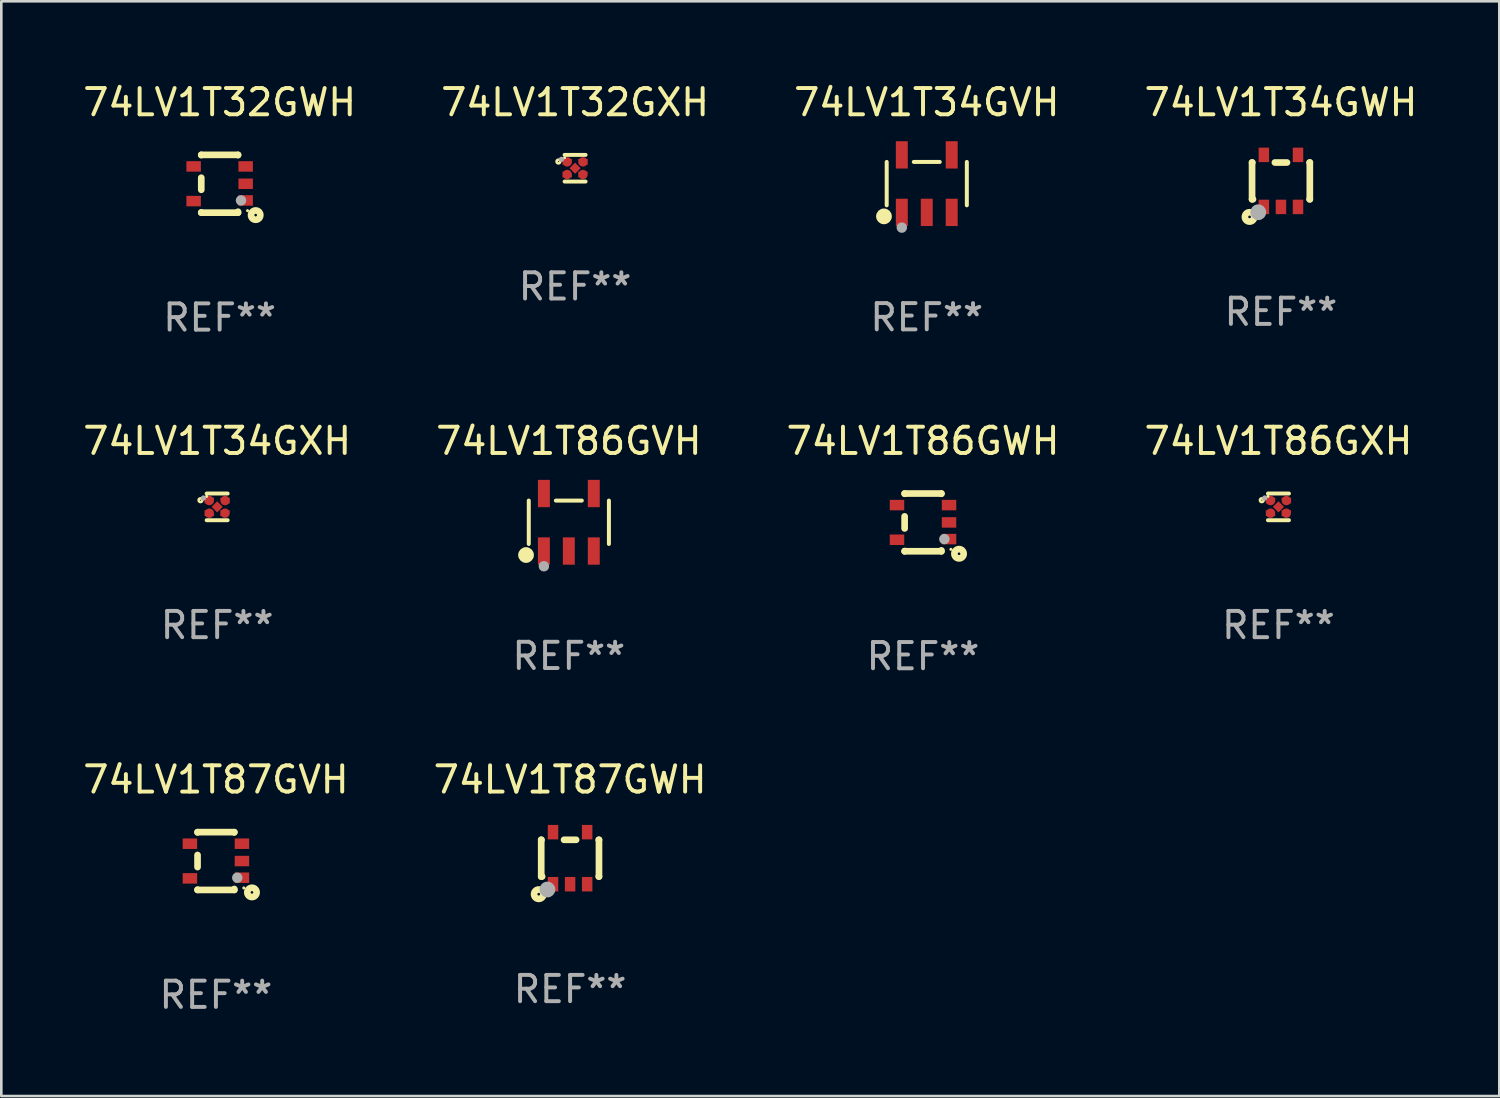
<source format=kicad_pcb>
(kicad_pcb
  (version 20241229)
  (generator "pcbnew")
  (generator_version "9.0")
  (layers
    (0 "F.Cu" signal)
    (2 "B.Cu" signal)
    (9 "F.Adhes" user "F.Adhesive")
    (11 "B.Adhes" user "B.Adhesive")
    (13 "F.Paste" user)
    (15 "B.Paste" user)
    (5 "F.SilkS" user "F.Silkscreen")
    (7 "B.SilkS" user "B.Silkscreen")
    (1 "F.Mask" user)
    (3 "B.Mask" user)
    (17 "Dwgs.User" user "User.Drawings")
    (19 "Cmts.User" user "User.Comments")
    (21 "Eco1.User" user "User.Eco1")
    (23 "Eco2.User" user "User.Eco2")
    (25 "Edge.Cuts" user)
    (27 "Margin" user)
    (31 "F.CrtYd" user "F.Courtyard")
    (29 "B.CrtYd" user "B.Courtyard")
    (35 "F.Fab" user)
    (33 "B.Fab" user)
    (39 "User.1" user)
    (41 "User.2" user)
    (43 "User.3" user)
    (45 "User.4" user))
  (footprint "74LV1T34GVH"
    (layer "F.Cu")
    (at 32.244 3.943)
    (property "Reference" "74LV1T34GVH" (at 0 -3.095 0) (layer "F.SilkS") (effects (font (size 1 1) (thickness 0.15))))
    (attr through_hole)
    (fp_line (start -1.526 0.826) (end -1.526 -0.826) (stroke (width 0.152) (type solid)) (layer "F.SilkS"))
    (fp_line (start 0.494 -0.826) (end -0.494 -0.826) (stroke (width 0.152) (type solid)) (layer "F.SilkS"))
    (fp_line (start 1.526 0.826) (end 1.526 -0.826) (stroke (width 0.152) (type solid)) (layer "F.SilkS"))
    (fp_circle (center -1.63 1.247) (end -1.48 1.247) (stroke (width 0.3) (type solid)) (fill no) (layer "F.SilkS"))
    (fp_circle (center -1.45 1.375) (end -1.42 1.375) (stroke (width 0.06) (type solid)) (fill no) (layer "F.SilkS"))
    (fp_circle (center -0.95 1.675) (end -0.85 1.675) (stroke (width 0.2) (type solid)) (fill no) (layer "F.Fab"))
    (fp_text user "REF**" (at 0 5.095 0) (layer "F.Fab") (effects (font (size 1 1) (thickness 0.15))))
    (pad "1" smd rect (at -0.95 1.095) (size 0.455 1.04) (layers "F.Cu" "F.Mask" "F.Paste"))
    (pad "2" smd rect (at 0 1.095) (size 0.455 1.04) (layers "F.Cu" "F.Mask" "F.Paste"))
    (pad "3" smd rect (at 0.95 1.095) (size 0.455 1.04) (layers "F.Cu" "F.Mask" "F.Paste"))
    (pad "4" smd rect (at 0.95 -1.095) (size 0.455 1.04) (layers "F.Cu" "F.Mask" "F.Paste"))
    (pad "5" smd rect (at -0.95 -1.095) (size 0.455 1.04) (layers "F.Cu" "F.Mask" "F.Paste")))
  (footprint "74LV1T87GWH"
    (layer "F.Cu")
    (at 18.661 29.632)
    (property "Reference" "74LV1T87GWH" (at 0 -2.991 0) (layer "F.SilkS") (effects (font (size 1 1) (thickness 0.15))))
    (attr through_hole)
    (fp_line (start -1.1 -0.7) (end -1.1 0.7) (stroke (width 0.254) (type solid)) (layer "F.SilkS"))
    (fp_line (start -1.1 -0.7) (end -1.09 -0.7) (stroke (width 0.254) (type solid)) (layer "F.SilkS"))
    (fp_line (start -1.1 0.7) (end -1.065 0.7) (stroke (width 0.254) (type solid)) (layer "F.SilkS"))
    (fp_line (start -0.23 -0.7) (end 0.23 -0.7) (stroke (width 0.254) (type solid)) (layer "F.SilkS"))
    (fp_line (start 1.09 -0.7) (end 1.1 -0.7) (stroke (width 0.254) (type solid)) (layer "F.SilkS"))
    (fp_line (start 1.09 0.7) (end 1.1 0.7) (stroke (width 0.254) (type solid)) (layer "F.SilkS"))
    (fp_line (start 1.1 -0.7) (end 1.1 0.7) (stroke (width 0.254) (type solid)) (layer "F.SilkS"))
    (fp_circle (center -1.194 1.372) (end -1.143 1.372) (stroke (width 0.254) (type solid)) (fill no) (layer "F.SilkS"))
    (fp_circle (center -1.05 1.063) (end -1.02 1.063) (stroke (width 0.06) (type solid)) (fill no) (layer "F.SilkS"))
    (fp_circle (center -0.864 1.194) (end -0.713 1.194) (stroke (width 0.3) (type solid)) (fill no) (layer "F.Fab"))
    (fp_text user "REF**" (at 0 4.991 0) (layer "F.Fab") (effects (font (size 1 1) (thickness 0.15))))
    (pad "1" smd rect (at -0.65 0.991 180) (size 0.399 0.551) (layers "F.Cu" "F.Mask" "F.Paste"))
    (pad "2" smd rect (at 0 0.991 180) (size 0.399 0.551) (layers "F.Cu" "F.Mask" "F.Paste"))
    (pad "3" smd rect (at 0.65 0.991 180) (size 0.399 0.551) (layers "F.Cu" "F.Mask" "F.Paste"))
    (pad "4" smd rect (at 0.65 -0.991 180) (size 0.399 0.551) (layers "F.Cu" "F.Mask" "F.Paste"))
    (pad "5" smd rect (at -0.65 -0.991 180) (size 0.399 0.551) (layers "F.Cu" "F.Mask" "F.Paste")))
  (footprint "74LV1T86GXH"
    (layer "F.Cu")
    (at 45.637 16.253)
    (property "Reference" "74LV1T86GXH" (at 0 -2.508 0) (layer "F.SilkS") (effects (font (size 1 1) (thickness 0.15))))
    (attr through_hole)
    (fp_line (start 0.4 -0.508) (end -0.4 -0.508) (stroke (width 0.15) (type solid)) (layer "F.SilkS"))
    (fp_line (start 0.4 0.508) (end -0.4 0.508) (stroke (width 0.15) (type solid)) (layer "F.SilkS"))
    (fp_circle (center -0.635 -0.254) (end -0.615 -0.254) (stroke (width 0.1) (type solid)) (fill no) (layer "F.SilkS"))
    (fp_circle (center -0.401 -0.4) (end -0.371 -0.4) (stroke (width 0.06) (type solid)) (fill no) (layer "F.SilkS"))
    (fp_circle (center -0.523 -0.337) (end -0.473 -0.337) (stroke (width 0.1) (type solid)) (fill no) (layer "F.Fab"))
    (fp_text user "REF**" (at 0 4.508 0) (layer "F.Fab") (effects (font (size 1 1) (thickness 0.15))))
    (pad "1" smd custom (at -0.3 -0.24) (size 0.36 0.22) (layers "F.Cu" "F.Mask" "F.Paste") (options (anchor circle)) (primitives (gr_poly (pts (xy -0.18 -0.11) (xy -0.18 0.11) (xy 0.000127 0.11) (xy 0.18 -0.03) (xy 0.18 -0.11) (xy -0.18 -0.11)) (width 0) (fill yes))))
    (pad "2" smd custom (at -0.3 0.24) (size 0.36 0.22) (layers "F.Cu" "F.Mask" "F.Paste") (options (anchor circle)) (primitives (gr_poly (pts (xy -0.18 0.11) (xy -0.18 -0.11) (xy 0.000127 -0.11) (xy 0.18 0.03) (xy 0.18 0.11) (xy -0.18 0.11)) (width 0) (fill yes))))
    (pad "3" smd rect (at 0.000102 -0.000127 45) (size 0.3 0.3) (layers "F.Cu" "F.Mask" "F.Paste"))
    (pad "4" smd custom (at 0.3 0.24 180) (size 0.36 0.22) (layers "F.Cu" "F.Mask" "F.Paste") (options (anchor circle)) (primitives (gr_poly (pts (xy 0.18 0.11) (xy 0.18 -0.11) (xy -0.000178 -0.11) (xy -0.18 0.03) (xy -0.18 0.11) (xy 0.18 0.11)) (width 0) (fill yes))))
    (pad "5" smd custom (at 0.3 -0.24) (size 0.36 0.22) (layers "F.Cu" "F.Mask" "F.Paste") (options (anchor circle)) (primitives (gr_poly (pts (xy 0.18 -0.11) (xy 0.18 0.11) (xy -0.000152 0.11) (xy -0.18 -0.03) (xy -0.18 -0.11) (xy 0.18 -0.11)) (width 0) (fill yes)))))
  (footprint "74LV1T32GXH"
    (layer "F.Cu")
    (at 18.851 3.356)
    (property "Reference" "74LV1T32GXH" (at 0 -2.508 0) (layer "F.SilkS") (effects (font (size 1 1) (thickness 0.15))))
    (attr through_hole)
    (fp_line (start 0.4 -0.508) (end -0.4 -0.508) (stroke (width 0.15) (type solid)) (layer "F.SilkS"))
    (fp_line (start 0.4 0.508) (end -0.4 0.508) (stroke (width 0.15) (type solid)) (layer "F.SilkS"))
    (fp_circle (center -0.635 -0.254) (end -0.615 -0.254) (stroke (width 0.1) (type solid)) (fill no) (layer "F.SilkS"))
    (fp_circle (center -0.401 -0.4) (end -0.371 -0.4) (stroke (width 0.06) (type solid)) (fill no) (layer "F.SilkS"))
    (fp_circle (center -0.523 -0.337) (end -0.473 -0.337) (stroke (width 0.1) (type solid)) (fill no) (layer "F.Fab"))
    (fp_text user "REF**" (at 0 4.508 0) (layer "F.Fab") (effects (font (size 1 1) (thickness 0.15))))
    (pad "1" smd custom (at -0.3 -0.24) (size 0.36 0.22) (layers "F.Cu" "F.Mask" "F.Paste") (options (anchor circle)) (primitives (gr_poly (pts (xy -0.18 -0.11) (xy -0.18 0.11) (xy 0.000127 0.11) (xy 0.18 -0.03) (xy 0.18 -0.11) (xy -0.18 -0.11)) (width 0) (fill yes))))
    (pad "2" smd custom (at -0.3 0.24) (size 0.36 0.22) (layers "F.Cu" "F.Mask" "F.Paste") (options (anchor circle)) (primitives (gr_poly (pts (xy -0.18 0.11) (xy -0.18 -0.11) (xy 0.000127 -0.11) (xy 0.18 0.03) (xy 0.18 0.11) (xy -0.18 0.11)) (width 0) (fill yes))))
    (pad "3" smd rect (at 0.000102 -0.000127 45) (size 0.3 0.3) (layers "F.Cu" "F.Mask" "F.Paste"))
    (pad "4" smd custom (at 0.3 0.24 180) (size 0.36 0.22) (layers "F.Cu" "F.Mask" "F.Paste") (options (anchor circle)) (primitives (gr_poly (pts (xy 0.18 0.11) (xy 0.18 -0.11) (xy -0.000178 -0.11) (xy -0.18 0.03) (xy -0.18 0.11) (xy 0.18 0.11)) (width 0) (fill yes))))
    (pad "5" smd custom (at 0.3 -0.24) (size 0.36 0.22) (layers "F.Cu" "F.Mask" "F.Paste") (options (anchor circle)) (primitives (gr_poly (pts (xy 0.18 -0.11) (xy 0.18 0.11) (xy -0.000152 0.11) (xy -0.18 -0.03) (xy -0.18 -0.11) (xy 0.18 -0.11)) (width 0) (fill yes)))))
  (footprint "74LV1T86GVH"
    (layer "F.Cu")
    (at 18.613 16.84)
    (property "Reference" "74LV1T86GVH" (at 0 -3.095 0) (layer "F.SilkS") (effects (font (size 1 1) (thickness 0.15))))
    (attr through_hole)
    (fp_line (start -1.526 0.826) (end -1.526 -0.826) (stroke (width 0.152) (type solid)) (layer "F.SilkS"))
    (fp_line (start 0.494 -0.826) (end -0.494 -0.826) (stroke (width 0.152) (type solid)) (layer "F.SilkS"))
    (fp_line (start 1.526 0.826) (end 1.526 -0.826) (stroke (width 0.152) (type solid)) (layer "F.SilkS"))
    (fp_circle (center -1.63 1.247) (end -1.48 1.247) (stroke (width 0.3) (type solid)) (fill no) (layer "F.SilkS"))
    (fp_circle (center -1.45 1.375) (end -1.42 1.375) (stroke (width 0.06) (type solid)) (fill no) (layer "F.SilkS"))
    (fp_circle (center -0.95 1.675) (end -0.85 1.675) (stroke (width 0.2) (type solid)) (fill no) (layer "F.Fab"))
    (fp_text user "REF**" (at 0 5.095 0) (layer "F.Fab") (effects (font (size 1 1) (thickness 0.15))))
    (pad "1" smd rect (at -0.95 1.095) (size 0.455 1.04) (layers "F.Cu" "F.Mask" "F.Paste"))
    (pad "2" smd rect (at 0 1.095) (size 0.455 1.04) (layers "F.Cu" "F.Mask" "F.Paste"))
    (pad "3" smd rect (at 0.95 1.095) (size 0.455 1.04) (layers "F.Cu" "F.Mask" "F.Paste"))
    (pad "4" smd rect (at 0.95 -1.095) (size 0.455 1.04) (layers "F.Cu" "F.Mask" "F.Paste"))
    (pad "5" smd rect (at -0.95 -1.095) (size 0.455 1.04) (layers "F.Cu" "F.Mask" "F.Paste")))
  (footprint "74LV1T34GWH"
    (layer "F.Cu")
    (at 45.732 3.839)
    (property "Reference" "74LV1T34GWH" (at 0 -2.991 0) (layer "F.SilkS") (effects (font (size 1 1) (thickness 0.15))))
    (attr through_hole)
    (fp_line (start -1.1 -0.7) (end -1.1 0.7) (stroke (width 0.254) (type solid)) (layer "F.SilkS"))
    (fp_line (start -1.1 -0.7) (end -1.09 -0.7) (stroke (width 0.254) (type solid)) (layer "F.SilkS"))
    (fp_line (start -1.1 0.7) (end -1.065 0.7) (stroke (width 0.254) (type solid)) (layer "F.SilkS"))
    (fp_line (start -0.23 -0.7) (end 0.23 -0.7) (stroke (width 0.254) (type solid)) (layer "F.SilkS"))
    (fp_line (start 1.09 -0.7) (end 1.1 -0.7) (stroke (width 0.254) (type solid)) (layer "F.SilkS"))
    (fp_line (start 1.09 0.7) (end 1.1 0.7) (stroke (width 0.254) (type solid)) (layer "F.SilkS"))
    (fp_line (start 1.1 -0.7) (end 1.1 0.7) (stroke (width 0.254) (type solid)) (layer "F.SilkS"))
    (fp_circle (center -1.194 1.372) (end -1.143 1.372) (stroke (width 0.254) (type solid)) (fill no) (layer "F.SilkS"))
    (fp_circle (center -1.05 1.063) (end -1.02 1.063) (stroke (width 0.06) (type solid)) (fill no) (layer "F.SilkS"))
    (fp_circle (center -0.864 1.194) (end -0.713 1.194) (stroke (width 0.3) (type solid)) (fill no) (layer "F.Fab"))
    (fp_text user "REF**" (at 0 4.991 0) (layer "F.Fab") (effects (font (size 1 1) (thickness 0.15))))
    (pad "1" smd rect (at -0.65 0.991 180) (size 0.399 0.551) (layers "F.Cu" "F.Mask" "F.Paste"))
    (pad "2" smd rect (at 0 0.991 180) (size 0.399 0.551) (layers "F.Cu" "F.Mask" "F.Paste"))
    (pad "3" smd rect (at 0.65 0.991 180) (size 0.399 0.551) (layers "F.Cu" "F.Mask" "F.Paste"))
    (pad "4" smd rect (at 0.65 -0.991 180) (size 0.399 0.551) (layers "F.Cu" "F.Mask" "F.Paste"))
    (pad "5" smd rect (at -0.65 -0.991 180) (size 0.399 0.551) (layers "F.Cu" "F.Mask" "F.Paste")))
  (footprint "74LV1T87GVH"
    (layer "F.Cu")
    (at 5.173 29.741)
    (property "Reference" "74LV1T87GVH" (at 0 -3.1 0) (layer "F.SilkS") (effects (font (size 1 1) (thickness 0.15))))
    (attr through_hole)
    (fp_line (start -0.7 -1.1) (end 0.7 -1.1) (stroke (width 0.254) (type solid)) (layer "F.SilkS"))
    (fp_line (start -0.7 -1.09) (end -0.7 -1.1) (stroke (width 0.254) (type solid)) (layer "F.SilkS"))
    (fp_line (start -0.7 0.23) (end -0.7 -0.23) (stroke (width 0.254) (type solid)) (layer "F.SilkS"))
    (fp_line (start -0.7 1.1) (end -0.7 1.09) (stroke (width 0.254) (type solid)) (layer "F.SilkS"))
    (fp_line (start -0.7 1.1) (end 0.7 1.1) (stroke (width 0.254) (type solid)) (layer "F.SilkS"))
    (fp_line (start 0.7 -1.09) (end 0.7 -1.1) (stroke (width 0.254) (type solid)) (layer "F.SilkS"))
    (fp_line (start 0.7 1.1) (end 0.7 1.065) (stroke (width 0.254) (type solid)) (layer "F.SilkS"))
    (fp_circle (center 1.062 1.025) (end 1.092 1.025) (stroke (width 0.06) (type solid)) (fill no) (layer "F.SilkS"))
    (fp_circle (center 1.372 1.194) (end 1.422 1.194) (stroke (width 0.254) (type solid)) (fill no) (layer "F.SilkS"))
    (fp_circle (center 0.813 0.635) (end 0.913 0.635) (stroke (width 0.2) (type solid)) (fill no) (layer "F.Fab"))
    (fp_text user "REF**" (at 0 5.1 0) (layer "F.Fab") (effects (font (size 1 1) (thickness 0.15))))
    (pad "1" smd rect (at 0.991 0.635 270) (size 0.399 0.551) (layers "F.Cu" "F.Mask" "F.Paste"))
    (pad "2" smd rect (at 0.991 0.000051 270) (size 0.399 0.551) (layers "F.Cu" "F.Mask" "F.Paste"))
    (pad "3" smd rect (at 0.991 -0.66 270) (size 0.399 0.551) (layers "F.Cu" "F.Mask" "F.Paste"))
    (pad "4" smd rect (at -0.991 -0.66 270) (size 0.399 0.551) (layers "F.Cu" "F.Mask" "F.Paste"))
    (pad "5" smd rect (at -0.991 0.66 270) (size 0.399 0.551) (layers "F.Cu" "F.Mask" "F.Paste")))
  (footprint "74LV1T32GWH"
    (layer "F.Cu")
    (at 5.315 3.948)
    (property "Reference" "74LV1T32GWH" (at 0 -3.1 0) (layer "F.SilkS") (effects (font (size 1 1) (thickness 0.15))))
    (attr through_hole)
    (fp_line (start -0.7 -1.1) (end 0.7 -1.1) (stroke (width 0.254) (type solid)) (layer "F.SilkS"))
    (fp_line (start -0.7 -1.09) (end -0.7 -1.1) (stroke (width 0.254) (type solid)) (layer "F.SilkS"))
    (fp_line (start -0.7 0.23) (end -0.7 -0.23) (stroke (width 0.254) (type solid)) (layer "F.SilkS"))
    (fp_line (start -0.7 1.1) (end -0.7 1.09) (stroke (width 0.254) (type solid)) (layer "F.SilkS"))
    (fp_line (start -0.7 1.1) (end 0.7 1.1) (stroke (width 0.254) (type solid)) (layer "F.SilkS"))
    (fp_line (start 0.7 -1.09) (end 0.7 -1.1) (stroke (width 0.254) (type solid)) (layer "F.SilkS"))
    (fp_line (start 0.7 1.1) (end 0.7 1.065) (stroke (width 0.254) (type solid)) (layer "F.SilkS"))
    (fp_circle (center 1.062 1.025) (end 1.092 1.025) (stroke (width 0.06) (type solid)) (fill no) (layer "F.SilkS"))
    (fp_circle (center 1.372 1.194) (end 1.422 1.194) (stroke (width 0.254) (type solid)) (fill no) (layer "F.SilkS"))
    (fp_circle (center 0.813 0.635) (end 0.913 0.635) (stroke (width 0.2) (type solid)) (fill no) (layer "F.Fab"))
    (fp_text user "REF**" (at 0 5.1 0) (layer "F.Fab") (effects (font (size 1 1) (thickness 0.15))))
    (pad "1" smd rect (at 0.991 0.635 270) (size 0.399 0.551) (layers "F.Cu" "F.Mask" "F.Paste"))
    (pad "2" smd rect (at 0.991 0.000051 270) (size 0.399 0.551) (layers "F.Cu" "F.Mask" "F.Paste"))
    (pad "3" smd rect (at 0.991 -0.66 270) (size 0.399 0.551) (layers "F.Cu" "F.Mask" "F.Paste"))
    (pad "4" smd rect (at -0.991 -0.66 270) (size 0.399 0.551) (layers "F.Cu" "F.Mask" "F.Paste"))
    (pad "5" smd rect (at -0.991 0.66 270) (size 0.399 0.551) (layers "F.Cu" "F.Mask" "F.Paste")))
  (footprint "74LV1T86GWH"
    (layer "F.Cu")
    (at 32.101 16.845)
    (property "Reference" "74LV1T86GWH" (at 0 -3.1 0) (layer "F.SilkS") (effects (font (size 1 1) (thickness 0.15))))
    (attr through_hole)
    (fp_line (start -0.7 -1.1) (end 0.7 -1.1) (stroke (width 0.254) (type solid)) (layer "F.SilkS"))
    (fp_line (start -0.7 -1.09) (end -0.7 -1.1) (stroke (width 0.254) (type solid)) (layer "F.SilkS"))
    (fp_line (start -0.7 0.23) (end -0.7 -0.23) (stroke (width 0.254) (type solid)) (layer "F.SilkS"))
    (fp_line (start -0.7 1.1) (end -0.7 1.09) (stroke (width 0.254) (type solid)) (layer "F.SilkS"))
    (fp_line (start -0.7 1.1) (end 0.7 1.1) (stroke (width 0.254) (type solid)) (layer "F.SilkS"))
    (fp_line (start 0.7 -1.09) (end 0.7 -1.1) (stroke (width 0.254) (type solid)) (layer "F.SilkS"))
    (fp_line (start 0.7 1.1) (end 0.7 1.065) (stroke (width 0.254) (type solid)) (layer "F.SilkS"))
    (fp_circle (center 1.062 1.025) (end 1.092 1.025) (stroke (width 0.06) (type solid)) (fill no) (layer "F.SilkS"))
    (fp_circle (center 1.372 1.194) (end 1.422 1.194) (stroke (width 0.254) (type solid)) (fill no) (layer "F.SilkS"))
    (fp_circle (center 0.813 0.635) (end 0.913 0.635) (stroke (width 0.2) (type solid)) (fill no) (layer "F.Fab"))
    (fp_text user "REF**" (at 0 5.1 0) (layer "F.Fab") (effects (font (size 1 1) (thickness 0.15))))
    (pad "1" smd rect (at 0.991 0.635 270) (size 0.399 0.551) (layers "F.Cu" "F.Mask" "F.Paste"))
    (pad "2" smd rect (at 0.991 0.000051 270) (size 0.399 0.551) (layers "F.Cu" "F.Mask" "F.Paste"))
    (pad "3" smd rect (at 0.991 -0.66 270) (size 0.399 0.551) (layers "F.Cu" "F.Mask" "F.Paste"))
    (pad "4" smd rect (at -0.991 -0.66 270) (size 0.399 0.551) (layers "F.Cu" "F.Mask" "F.Paste"))
    (pad "5" smd rect (at -0.991 0.66 270) (size 0.399 0.551) (layers "F.Cu" "F.Mask" "F.Paste")))
  (footprint "74LV1T34GXH"
    (layer "F.Cu")
    (at 5.22 16.253)
    (property "Reference" "74LV1T34GXH" (at 0 -2.508 0) (layer "F.SilkS") (effects (font (size 1 1) (thickness 0.15))))
    (attr through_hole)
    (fp_line (start 0.4 -0.508) (end -0.4 -0.508) (stroke (width 0.15) (type solid)) (layer "F.SilkS"))
    (fp_line (start 0.4 0.508) (end -0.4 0.508) (stroke (width 0.15) (type solid)) (layer "F.SilkS"))
    (fp_circle (center -0.635 -0.254) (end -0.615 -0.254) (stroke (width 0.1) (type solid)) (fill no) (layer "F.SilkS"))
    (fp_circle (center -0.401 -0.4) (end -0.371 -0.4) (stroke (width 0.06) (type solid)) (fill no) (layer "F.SilkS"))
    (fp_circle (center -0.523 -0.337) (end -0.473 -0.337) (stroke (width 0.1) (type solid)) (fill no) (layer "F.Fab"))
    (fp_text user "REF**" (at 0 4.508 0) (layer "F.Fab") (effects (font (size 1 1) (thickness 0.15))))
    (pad "1" smd custom (at -0.3 -0.24) (size 0.36 0.22) (layers "F.Cu" "F.Mask" "F.Paste") (options (anchor circle)) (primitives (gr_poly (pts (xy -0.18 -0.11) (xy -0.18 0.11) (xy 0.000127 0.11) (xy 0.18 -0.03) (xy 0.18 -0.11) (xy -0.18 -0.11)) (width 0) (fill yes))))
    (pad "2" smd custom (at -0.3 0.24) (size 0.36 0.22) (layers "F.Cu" "F.Mask" "F.Paste") (options (anchor circle)) (primitives (gr_poly (pts (xy -0.18 0.11) (xy -0.18 -0.11) (xy 0.000127 -0.11) (xy 0.18 0.03) (xy 0.18 0.11) (xy -0.18 0.11)) (width 0) (fill yes))))
    (pad "3" smd rect (at 0.000102 -0.000127 45) (size 0.3 0.3) (layers "F.Cu" "F.Mask" "F.Paste"))
    (pad "4" smd custom (at 0.3 0.24 180) (size 0.36 0.22) (layers "F.Cu" "F.Mask" "F.Paste") (options (anchor circle)) (primitives (gr_poly (pts (xy 0.18 0.11) (xy 0.18 -0.11) (xy -0.000178 -0.11) (xy -0.18 0.03) (xy -0.18 0.11) (xy 0.18 0.11)) (width 0) (fill yes))))
    (pad "5" smd custom (at 0.3 -0.24) (size 0.36 0.22) (layers "F.Cu" "F.Mask" "F.Paste") (options (anchor circle)) (primitives (gr_poly (pts (xy 0.18 -0.11) (xy 0.18 0.11) (xy -0.000152 0.11) (xy -0.18 -0.03) (xy -0.18 -0.11) (xy 0.18 -0.11)) (width 0) (fill yes)))))
  (gr_rect
    (start -3 -3)
    (end 54.048 38.69)
    (stroke (width 0.1) (type default))
    (fill no)
    (layer "Edge.Cuts")))
</source>
